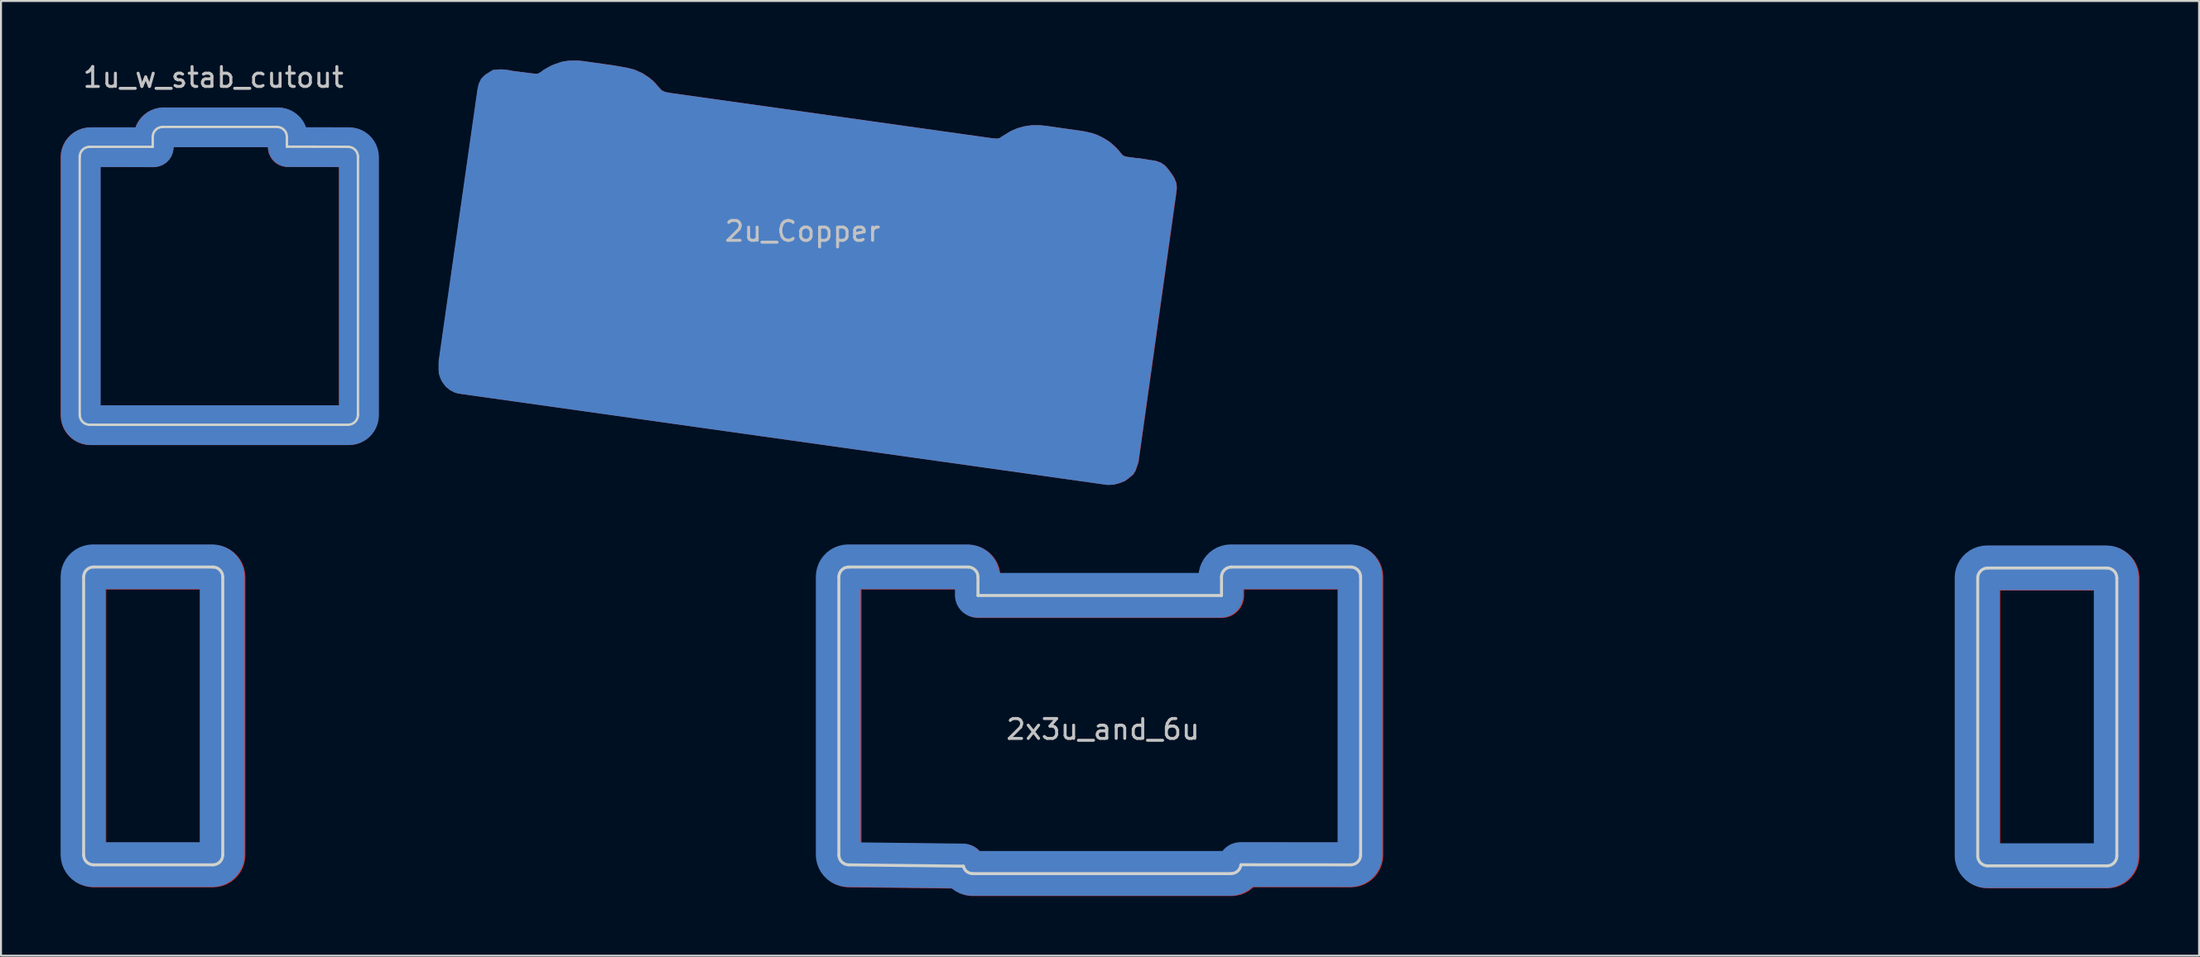
<source format=kicad_pcb>
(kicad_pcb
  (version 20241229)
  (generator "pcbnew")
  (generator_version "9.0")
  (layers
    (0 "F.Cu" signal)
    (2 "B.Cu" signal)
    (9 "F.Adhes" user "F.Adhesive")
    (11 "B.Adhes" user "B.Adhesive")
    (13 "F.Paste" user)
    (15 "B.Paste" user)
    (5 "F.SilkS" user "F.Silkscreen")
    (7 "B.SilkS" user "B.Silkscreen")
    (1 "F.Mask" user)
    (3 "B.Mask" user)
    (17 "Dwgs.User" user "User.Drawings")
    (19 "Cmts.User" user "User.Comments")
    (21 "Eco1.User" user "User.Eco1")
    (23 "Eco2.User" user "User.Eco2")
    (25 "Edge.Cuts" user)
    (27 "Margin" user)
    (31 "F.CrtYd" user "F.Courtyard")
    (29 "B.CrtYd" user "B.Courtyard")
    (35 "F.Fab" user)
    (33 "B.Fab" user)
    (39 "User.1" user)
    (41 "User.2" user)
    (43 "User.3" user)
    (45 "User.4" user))
  (footprint "2u_Copper"
    (layer "F.Cu")
    (at 36.49 11.396)
    (property "Reference" "2u_Copper" (at 0.841 -2.797 0) (layer "Dwgs.User") (effects (font (size 1 1) (thickness 0.15))))
    (attr through_hole)
    (pad "1" smd custom (at 0.183 -1.148) (size 1.524 1.524) (layers "B.Cu" "B.Mask") (options (anchor circle)) (primitives (gr_poly (pts (xy -10.686 -10.198) (xy -10.617 -10.196) (xy -10.521 -10.185) (xy -10.34 -10.165) (xy -10.244 -10.15) (xy -9.101 -9.99) (xy -8.989 -9.975) (xy -8.717 -9.931) (xy -8.222 -9.842) (xy -7.854 -9.754) (xy -7.701 -9.69) (xy -7.6 -9.644) (xy -7.473 -9.588) (xy -7.384 -9.538) (xy -7.155 -9.385) (xy -7.066 -9.322) (xy -6.927 -9.207) (xy -6.84 -9.124) (xy -6.723 -8.992) (xy -6.546 -8.788) (xy -6.457 -8.7) (xy -6.368 -8.661) (xy -6.253 -8.611) (xy -6.088 -8.585) (xy -5.974 -8.562) (xy 10.168 -6.289) (xy 10.422 -6.269) (xy 10.541 -6.281) (xy 10.599 -6.307) (xy 10.754 -6.411) (xy 10.968 -6.54) (xy 11.069 -6.604) (xy 11.184 -6.668) (xy 11.45 -6.782) (xy 11.554 -6.815) (xy 11.77 -6.876) (xy 11.996 -6.916) (xy 12.205 -6.942) (xy 12.593 -6.939) (xy 12.87 -6.914) (xy 13.089 -6.883) (xy 14.778 -6.64) (xy 15.019 -6.589) (xy 15.225 -6.538) (xy 15.385 -6.487) (xy 15.631 -6.375) (xy 15.786 -6.292) (xy 15.905 -6.22) (xy 16.076 -6.109) (xy 16.223 -5.984) (xy 16.393 -5.827) (xy 16.525 -5.682) (xy 16.629 -5.552) (xy 16.708 -5.461) (xy 16.784 -5.405) (xy 16.855 -5.377) (xy 16.975 -5.349) (xy 17.142 -5.329) (xy 17.369 -5.296) (xy 17.635 -5.271) (xy 18.174 -5.182) (xy 18.4 -5.149) (xy 18.486 -5.123) (xy 18.656 -5.057) (xy 18.824 -4.945) (xy 18.918 -4.854) (xy 19.06 -4.679) (xy 19.235 -4.435) (xy 19.319 -4.293) (xy 19.408 -4.059) (xy 19.431 -3.835) (xy 19.388 -3.482) (xy 17.503 9.957) (xy 17.363 10.378) (xy 17.247 10.569) (xy 17.033 10.747) (xy 16.84 10.889) (xy 16.556 10.998) (xy 16.302 11.062) (xy 16.099 11.074) (xy 15.972 11.074) (xy -16.655 6.477) (xy -16.828 6.426) (xy -17.048 6.317) (xy -17.262 6.144) (xy -17.442 5.903) (xy -17.521 5.738) (xy -17.595 5.512) (xy -17.61 5.255) (xy -17.607 5.014) (xy -17.6 4.862) (xy -15.654 -8.783) (xy -15.591 -9.063) (xy -15.479 -9.299) (xy -15.298 -9.484) (xy -14.912 -9.726) (xy -14.529 -9.756) (xy -14.188 -9.726) (xy -13.937 -9.677) (xy -12.845 -9.538) (xy -12.728 -9.533) (xy -12.667 -9.543) (xy -12.621 -9.553) (xy -12.578 -9.576) (xy -12.515 -9.614) (xy -12.476 -9.639) (xy -12.426 -9.677) (xy -12.362 -9.728) (xy -12.042 -9.911) (xy -11.958 -9.954) (xy -11.892 -9.982) (xy -11.783 -10.025) (xy -11.567 -10.099) (xy -11.499 -10.122) (xy -11.384 -10.152) (xy -11.25 -10.173) (xy -11.09 -10.193) (xy -10.772 -10.198)) (width 0.1) (fill yes))))
    (pad "1" smd custom (at 0.201 -1.148) (size 1.524 1.524) (layers "F.Cu" "F.Mask") (options (anchor circle)) (primitives (gr_poly (pts (xy -10.686 -10.198) (xy -10.617 -10.196) (xy -10.521 -10.185) (xy -10.34 -10.165) (xy -10.244 -10.15) (xy -9.101 -9.99) (xy -8.989 -9.975) (xy -8.717 -9.931) (xy -8.222 -9.842) (xy -7.854 -9.754) (xy -7.701 -9.69) (xy -7.6 -9.644) (xy -7.473 -9.588) (xy -7.384 -9.538) (xy -7.155 -9.385) (xy -7.066 -9.322) (xy -6.927 -9.207) (xy -6.84 -9.124) (xy -6.723 -8.992) (xy -6.546 -8.788) (xy -6.457 -8.7) (xy -6.368 -8.661) (xy -6.253 -8.611) (xy -6.088 -8.585) (xy -5.974 -8.562) (xy 10.168 -6.289) (xy 10.422 -6.269) (xy 10.541 -6.281) (xy 10.599 -6.307) (xy 10.754 -6.411) (xy 10.968 -6.54) (xy 11.069 -6.604) (xy 11.184 -6.668) (xy 11.45 -6.782) (xy 11.554 -6.815) (xy 11.77 -6.876) (xy 11.996 -6.916) (xy 12.205 -6.942) (xy 12.593 -6.939) (xy 12.87 -6.914) (xy 13.089 -6.883) (xy 14.778 -6.64) (xy 15.019 -6.589) (xy 15.225 -6.538) (xy 15.385 -6.487) (xy 15.631 -6.375) (xy 15.786 -6.292) (xy 15.905 -6.22) (xy 16.076 -6.109) (xy 16.223 -5.984) (xy 16.393 -5.827) (xy 16.525 -5.682) (xy 16.629 -5.552) (xy 16.708 -5.461) (xy 16.784 -5.405) (xy 16.855 -5.377) (xy 16.975 -5.349) (xy 17.142 -5.329) (xy 17.369 -5.296) (xy 17.635 -5.271) (xy 18.174 -5.182) (xy 18.4 -5.149) (xy 18.486 -5.123) (xy 18.656 -5.057) (xy 18.824 -4.945) (xy 18.918 -4.854) (xy 19.06 -4.679) (xy 19.235 -4.435) (xy 19.319 -4.293) (xy 19.408 -4.059) (xy 19.431 -3.835) (xy 19.388 -3.482) (xy 17.503 9.957) (xy 17.363 10.378) (xy 17.247 10.569) (xy 17.033 10.747) (xy 16.84 10.889) (xy 16.556 10.998) (xy 16.302 11.062) (xy 16.099 11.074) (xy 15.972 11.074) (xy -16.655 6.477) (xy -16.828 6.426) (xy -17.048 6.317) (xy -17.262 6.144) (xy -17.442 5.903) (xy -17.521 5.738) (xy -17.595 5.512) (xy -17.61 5.255) (xy -17.607 5.014) (xy -17.6 4.862) (xy -15.654 -8.783) (xy -15.591 -9.063) (xy -15.479 -9.299) (xy -15.298 -9.484) (xy -14.912 -9.726) (xy -14.529 -9.756) (xy -14.188 -9.726) (xy -13.937 -9.677) (xy -12.845 -9.538) (xy -12.728 -9.533) (xy -12.667 -9.543) (xy -12.621 -9.553) (xy -12.578 -9.576) (xy -12.515 -9.614) (xy -12.476 -9.639) (xy -12.426 -9.677) (xy -12.362 -9.728) (xy -12.042 -9.911) (xy -11.958 -9.954) (xy -11.892 -9.982) (xy -11.783 -10.025) (xy -11.567 -10.099) (xy -11.499 -10.122) (xy -11.384 -10.152) (xy -11.25 -10.173) (xy -11.09 -10.193) (xy -10.772 -10.198)) (width 0.1) (fill yes)))))
  (footprint "1u_w_stab_cutout"
    (layer "F.Cu")
    (at 8.635 13.995)
    (property "Reference" "1u_w_stab_cutout" (at -0.95 -13.147 0) (layer "Dwgs.User") (effects (font (size 1 1) (thickness 0.15))))
    (attr through_hole)
    (fp_line (start -7.674 -9.151) (end -7.674 3.849) (stroke (width 0.12) (type solid)) (layer "Edge.Cuts"))
    (fp_line (start -7.174 4.349) (end 5.826 4.349) (stroke (width 0.12) (type solid)) (layer "Edge.Cuts"))
    (fp_line (start -4 -9.649) (end -7.174 -9.651) (stroke (width 0.12) (type solid)) (layer "Edge.Cuts"))
    (fp_line (start -4 -9.649) (end -4 -10.152) (stroke (width 0.12) (type solid)) (layer "Edge.Cuts"))
    (fp_line (start -3.5 -10.652) (end 2.25 -10.652) (stroke (width 0.12) (type solid)) (layer "Edge.Cuts"))
    (fp_line (start 2.75 -10.152) (end 2.751 -9.657) (stroke (width 0.12) (type solid)) (layer "Edge.Cuts"))
    (fp_line (start 5.826 -9.651) (end 2.751 -9.657) (stroke (width 0.12) (type solid)) (layer "Edge.Cuts"))
    (fp_line (start 6.326 3.849) (end 6.326 -9.151) (stroke (width 0.12) (type solid)) (layer "Edge.Cuts"))
    (fp_arc (start -7.67412 -9.15132) (mid -7.527673 -9.504873) (end -7.17412 -9.65132) (stroke (width 0.12) (type solid)) (layer "Edge.Cuts"))
    (fp_arc (start -7.17412 4.348679) (mid -7.527673 4.202232) (end -7.67412 3.848679) (stroke (width 0.12) (type solid)) (layer "Edge.Cuts"))
    (fp_arc (start -4.00012 -10.15232) (mid -3.853673 -10.505873) (end -3.50012 -10.65232) (stroke (width 0.12) (type solid)) (layer "Edge.Cuts"))
    (fp_arc (start 2.24988 -10.65232) (mid 2.603433 -10.505873) (end 2.74988 -10.15232) (stroke (width 0.12) (type solid)) (layer "Edge.Cuts"))
    (fp_arc (start 5.82588 -9.65132) (mid 6.179433 -9.504873) (end 6.32588 -9.15132) (stroke (width 0.12) (type solid)) (layer "Edge.Cuts"))
    (fp_arc (start 6.32588 3.848679) (mid 6.179433 4.202232) (end 5.82588 4.348679) (stroke (width 0.12) (type solid)) (layer "Edge.Cuts"))
    (pad "1" smd custom (at -5.987 -9.599) (size 1.524 1.524) (layers "F.Cu" "F.Mask") (options (anchor circle)) (primitives (gr_line (start 2.026 -0.026) (end -1.148 -0.028) (width 2)) (gr_line (start 11.852 -0.028) (end 8.777 -0.033) (width 2)) (gr_line (start 12.352 13.472) (end 12.352 0.472) (width 2)) (gr_line (start -1.148 13.972) (end 11.852 13.972) (width 2)) (gr_arc (start -1.14846 13.97234) (mid -1.502013 13.825893) (end -1.64846 13.47234) (width 2)) (gr_arc (start -1.64846 0.47244) (mid -1.502013 0.118887) (end -1.14846 -0.02756) (width 2)) (gr_arc (start 2.025541 -0.52856) (mid 2.171988 -0.882113) (end 2.525541 -1.02856) (width 2)) (gr_line (start -1.648 0.472) (end -1.648 13.472) (width 2)) (gr_line (start 2.026 -0.026) (end 2.026 -0.529) (width 2)) (gr_arc (start 12.351541 13.47234) (mid 12.205094 13.825893) (end 11.851541 13.97234) (width 2)) (gr_line (start 8.776 -0.529) (end 8.777 -0.033) (width 2)) (gr_line (start 2.526 -1.029) (end 8.276 -1.029) (width 2)) (gr_arc (start 11.851541 -0.02756) (mid 12.205094 0.118887) (end 12.351541 0.47244) (width 2)) (gr_arc (start 8.275541 -1.02856) (mid 8.629094 -0.882113) (end 8.775541 -0.52856) (width 2))))
    (pad "1" smd custom (at -5.974 -9.604) (size 1.524 1.524) (layers "B.Cu" "B.Mask") (options (anchor circle)) (primitives (gr_line (start 2.026 -0.026) (end -1.148 -0.028) (width 2)) (gr_line (start 11.852 -0.028) (end 8.777 -0.033) (width 2)) (gr_line (start 12.352 13.472) (end 12.352 0.472) (width 2)) (gr_line (start -1.148 13.972) (end 11.852 13.972) (width 2)) (gr_arc (start -1.14846 13.97234) (mid -1.502013 13.825893) (end -1.64846 13.47234) (width 2)) (gr_arc (start -1.64846 0.47244) (mid -1.502013 0.118887) (end -1.14846 -0.02756) (width 2)) (gr_arc (start 2.025541 -0.52856) (mid 2.171988 -0.882113) (end 2.525541 -1.02856) (width 2)) (gr_line (start -1.648 0.472) (end -1.648 13.472) (width 2)) (gr_line (start 2.026 -0.026) (end 2.026 -0.529) (width 2)) (gr_arc (start 12.351541 13.47234) (mid 12.205094 13.825893) (end 11.851541 13.97234) (width 2)) (gr_line (start 8.776 -0.529) (end 8.777 -0.033) (width 2)) (gr_line (start 2.526 -1.029) (end 8.276 -1.029) (width 2)) (gr_arc (start 11.851541 -0.02756) (mid 12.205094 0.118887) (end 12.351541 0.47244) (width 2)) (gr_arc (start 8.275541 -1.02856) (mid 8.629094 -0.882113) (end 8.775541 -0.52856) (width 2)))))
  (footprint "2x3u_and_6u"
    (layer "F.Cu")
    (at 52.446 33.186)
    (property "Reference" "2x3u_and_6u" (at 0 0.5 0) (layer "Dwgs.User") (effects (font (size 1 1) (thickness 0.15))))
    (attr through_hole)
    (fp_line (start -51.288 -7.176) (end -51.288 6.824) (stroke (width 0.15) (type solid)) (layer "Edge.Cuts"))
    (fp_line (start -50.788 7.324) (end -44.788 7.324) (stroke (width 0.15) (type solid)) (layer "Edge.Cuts"))
    (fp_line (start -44.788 -7.676) (end -50.788 -7.676) (stroke (width 0.15) (type solid)) (layer "Edge.Cuts"))
    (fp_line (start -44.288 6.824) (end -44.288 -7.176) (stroke (width 0.15) (type solid)) (layer "Edge.Cuts"))
    (fp_line (start -13.289 -7.176) (end -13.289 6.824) (stroke (width 0.15) (type solid)) (layer "Edge.Cuts"))
    (fp_line (start -12.789 7.324) (end -7.023 7.391) (stroke (width 0.15) (type solid)) (layer "Edge.Cuts"))
    (fp_line (start -6.789 -7.676) (end -12.789 -7.676) (stroke (width 0.15) (type solid)) (layer "Edge.Cuts"))
    (fp_line (start -6.555 7.765) (end 6.445 7.765) (stroke (width 0.15) (type solid)) (layer "Edge.Cuts"))
    (fp_line (start -6.289 -6.243) (end -6.289 -7.176) (stroke (width 0.15) (type solid)) (layer "Edge.Cuts"))
    (fp_line (start 5.964 -7.176) (end 5.964 -6.243) (stroke (width 0.15) (type solid)) (layer "Edge.Cuts"))
    (fp_line (start 5.964 -6.243) (end -6.289 -6.243) (stroke (width 0.15) (type solid)) (layer "Edge.Cuts"))
    (fp_line (start 6.942 7.32) (end 12.464 7.324) (stroke (width 0.15) (type solid)) (layer "Edge.Cuts"))
    (fp_line (start 12.464 -7.676) (end 6.464 -7.676) (stroke (width 0.15) (type solid)) (layer "Edge.Cuts"))
    (fp_line (start 12.964 6.824) (end 12.964 -7.176) (stroke (width 0.15) (type solid)) (layer "Edge.Cuts"))
    (fp_line (start 44.013 -7.125) (end 44.013 6.875) (stroke (width 0.15) (type solid)) (layer "Edge.Cuts"))
    (fp_line (start 44.513 7.375) (end 50.513 7.375) (stroke (width 0.15) (type solid)) (layer "Edge.Cuts"))
    (fp_line (start 50.513 -7.625) (end 44.513 -7.625) (stroke (width 0.15) (type solid)) (layer "Edge.Cuts"))
    (fp_line (start 51.013 6.875) (end 51.013 -7.125) (stroke (width 0.15) (type solid)) (layer "Edge.Cuts"))
    (fp_arc (start -51.28774 -7.176319) (mid -51.141294 -7.529873) (end -50.78774 -7.67632) (stroke (width 0.15) (type solid)) (layer "Edge.Cuts"))
    (fp_arc (start -50.78774 7.323679) (mid -51.141293 7.177233) (end -51.287739 6.82368) (stroke (width 0.15) (type solid)) (layer "Edge.Cuts"))
    (fp_arc (start -44.78804 -7.67632) (mid -44.434487 -7.529873) (end -44.28804 -7.17632) (stroke (width 0.15) (type solid)) (layer "Edge.Cuts"))
    (fp_arc (start -44.28804 6.82368) (mid -44.434487 7.177233) (end -44.78804 7.32368) (stroke (width 0.15) (type solid)) (layer "Edge.Cuts"))
    (fp_arc (start -13.28904 -7.176319) (mid -13.142594 -7.529873) (end -12.78904 -7.67632) (stroke (width 0.15) (type solid)) (layer "Edge.Cuts"))
    (fp_arc (start -12.78904 7.32368) (mid -13.142593 7.177233) (end -13.28904 6.82368) (stroke (width 0.15) (type solid)) (layer "Edge.Cuts"))
    (fp_arc (start -6.78904 -7.67632) (mid -6.435487 -7.529873) (end -6.28904 -7.17632) (stroke (width 0.15) (type solid)) (layer "Edge.Cuts"))
    (fp_arc (start -6.55504 7.764868) (mid -6.854613 7.659962) (end -7.023291 7.391081) (stroke (width 0.15) (type solid)) (layer "Edge.Cuts"))
    (fp_arc (start 5.96396 -7.176319) (mid 6.110406 -7.529873) (end 6.46396 -7.67632) (stroke (width 0.15) (type solid)) (layer "Edge.Cuts"))
    (fp_arc (start 6.941897 7.319939) (mid 6.778404 7.637258) (end 6.44496 7.76468) (stroke (width 0.15) (type solid)) (layer "Edge.Cuts"))
    (fp_arc (start 12.46396 -7.67632) (mid 12.817513 -7.529873) (end 12.96396 -7.17632) (stroke (width 0.15) (type solid)) (layer "Edge.Cuts"))
    (fp_arc (start 12.96396 6.82368) (mid 12.817513 7.177233) (end 12.46396 7.32368) (stroke (width 0.15) (type solid)) (layer "Edge.Cuts"))
    (fp_arc (start 44.01296 -7.125319) (mid 44.159406 -7.478873) (end 44.51296 -7.62532) (stroke (width 0.15) (type solid)) (layer "Edge.Cuts"))
    (fp_arc (start 44.51296 7.374679) (mid 44.159407 7.228233) (end 44.012961 6.87468) (stroke (width 0.15) (type solid)) (layer "Edge.Cuts"))
    (fp_arc (start 50.51296 -7.62532) (mid 50.866513 -7.478873) (end 51.01296 -7.12532) (stroke (width 0.15) (type solid)) (layer "Edge.Cuts"))
    (fp_arc (start 51.01296 6.87468) (mid 50.866513 7.228233) (end 50.51296 7.37468) (stroke (width 0.15) (type solid)) (layer "Edge.Cuts"))
    (pad "1" smd custom (at -51.227 -7.508) (size 1.524 1.524) (layers "B.Cu" "B.Mask") (options (anchor circle)) (primitives (gr_arc (start -0.0939 0.320041) (mid 0.052546 -0.033513) (end 0.4061 -0.17996) (width 2.25)) (gr_arc (start 6.9058 14.32004) (mid 6.759353 14.673593) (end 6.4058 14.82004) (width 2.25)) (gr_line (start 0.406 14.82) (end 6.406 14.82) (width 2.25)) (gr_arc (start 6.4058 -0.17996) (mid 6.759353 -0.033513) (end 6.9058 0.32004) (width 2.25)) (gr_arc (start 0.4061 14.820039) (mid 0.052547 14.673593) (end -0.093899 14.32004) (width 2.25)) (gr_line (start -0.094 0.32) (end -0.094 14.32) (width 2.25)) (gr_line (start 6.906 14.32) (end 6.906 0.32) (width 2.25)) (gr_line (start 6.406 -0.18) (end 0.406 -0.18) (width 2.25))))
    (pad "1" smd custom (at -51.181 -7.488) (size 1.524 1.524) (layers "F.Cu" "F.Mask") (options (anchor circle)) (primitives (gr_arc (start -0.0939 0.320041) (mid 0.052546 -0.033513) (end 0.4061 -0.17996) (width 2.25)) (gr_arc (start 6.9058 14.32004) (mid 6.759353 14.673593) (end 6.4058 14.82004) (width 2.25)) (gr_line (start 0.406 14.82) (end 6.406 14.82) (width 2.25)) (gr_arc (start 6.4058 -0.17996) (mid 6.759353 -0.033513) (end 6.9058 0.32004) (width 2.25)) (gr_arc (start 0.4061 14.820039) (mid 0.052547 14.673593) (end -0.093899 14.32004) (width 2.25)) (gr_line (start -0.094 0.32) (end -0.094 14.32) (width 2.25)) (gr_line (start 6.906 14.32) (end 6.906 0.32) (width 2.25)) (gr_line (start 6.406 -0.18) (end 0.406 -0.18) (width 2.25))))
    (pad "2" smd custom (at -13.137 -7.503) (size 1.524 1.524) (layers "B.Cu" "B.Mask") (options (anchor circle)) (primitives (gr_arc (start -0.18504 0.314961) (mid -0.038594 -0.038593) (end 0.31496 -0.18504) (width 2.25)) (gr_arc (start 6.31496 -0.18504) (mid 6.668513 -0.038593) (end 6.81496 0.31496) (width 2.25)) (gr_arc (start 19.06796 0.314961) (mid 19.214406 -0.038593) (end 19.56796 -0.18504) (width 2.25)) (gr_arc (start 25.56796 -0.18504) (mid 25.921513 -0.038593) (end 26.06796 0.31496) (width 2.25)) (gr_line (start 26.068 14.315) (end 26.068 0.315) (width 2.25)) (gr_line (start 6.815 1.248) (end 6.815 0.315) (width 2.25)) (gr_line (start 6.315 -0.185) (end 0.315 -0.185) (width 2.25)) (gr_line (start 0.315 14.815) (end 6.081 14.882) (width 2.25)) (gr_line (start 25.568 -0.185) (end 19.568 -0.185) (width 2.25)) (gr_line (start -0.185 0.315) (end -0.185 14.315) (width 2.25)) (gr_line (start 19.068 1.248) (end 6.815 1.248) (width 2.25)) (gr_arc (start 0.31496 14.81496) (mid -0.038593 14.668513) (end -0.18504 14.31496) (width 2.25)) (gr_arc (start 26.06796 14.31496) (mid 25.921513 14.668513) (end 25.56796 14.81496) (width 2.25)) (gr_line (start 20.046 14.811) (end 25.568 14.815) (width 2.25)) (gr_line (start 19.068 0.315) (end 19.068 1.248) (width 2.25)) (gr_arc (start 20.045897 14.811219) (mid 19.882404 15.128538) (end 19.54896 15.25596) (width 2.25)) (gr_line (start 6.549 15.256) (end 19.549 15.256) (width 2.25)) (gr_arc (start 6.54896 15.256148) (mid 6.249387 15.151242) (end 6.080709 14.882361) (width 2.25))))
    (pad "2" smd custom (at -13.091 -7.483) (size 1.524 1.524) (layers "F.Cu" "F.Mask") (options (anchor circle)) (primitives (gr_arc (start -0.18504 0.314961) (mid -0.038594 -0.038593) (end 0.31496 -0.18504) (width 2.25)) (gr_arc (start 6.31496 -0.18504) (mid 6.668513 -0.038593) (end 6.81496 0.31496) (width 2.25)) (gr_arc (start 19.06796 0.314961) (mid 19.214406 -0.038593) (end 19.56796 -0.18504) (width 2.25)) (gr_arc (start 25.56796 -0.18504) (mid 25.921513 -0.038593) (end 26.06796 0.31496) (width 2.25)) (gr_line (start 26.068 14.315) (end 26.068 0.315) (width 2.25)) (gr_line (start 6.815 1.248) (end 6.815 0.315) (width 2.25)) (gr_line (start 6.315 -0.185) (end 0.315 -0.185) (width 2.25)) (gr_line (start 0.315 14.815) (end 6.081 14.882) (width 2.25)) (gr_line (start 25.568 -0.185) (end 19.568 -0.185) (width 2.25)) (gr_line (start -0.185 0.315) (end -0.185 14.315) (width 2.25)) (gr_line (start 19.068 1.248) (end 6.815 1.248) (width 2.25)) (gr_arc (start 0.31496 14.81496) (mid -0.038593 14.668513) (end -0.18504 14.31496) (width 2.25)) (gr_arc (start 26.06796 14.31496) (mid 25.921513 14.668513) (end 25.56796 14.81496) (width 2.25)) (gr_line (start 20.046 14.811) (end 25.568 14.815) (width 2.25)) (gr_line (start 19.068 0.315) (end 19.068 1.248) (width 2.25)) (gr_arc (start 20.045897 14.811219) (mid 19.882404 15.128538) (end 19.54896 15.25596) (width 2.25)) (gr_line (start 6.549 15.256) (end 19.549 15.256) (width 2.25)) (gr_arc (start 6.54896 15.256148) (mid 6.249387 15.151242) (end 6.080709 14.882361) (width 2.25))))
    (pad "3" smd custom (at 44.16 -7.376) (size 1.524 1.524) (layers "B.Cu" "B.Mask") (options (anchor circle)) (primitives (gr_line (start 6.82 14.239) (end 6.82 0.239) (width 2.25)) (gr_line (start 6.32 -0.261) (end 0.32 -0.261) (width 2.25)) (gr_arc (start -0.18036 0.238961) (mid -0.033914 -0.114593) (end 0.31964 -0.26104) (width 2.25)) (gr_arc (start 0.31964 14.738959) (mid -0.033913 14.592513) (end -0.180359 14.23896) (width 2.25)) (gr_line (start 0.32 14.739) (end 6.32 14.739) (width 2.25)) (gr_arc (start 6.81964 14.23896) (mid 6.673193 14.592513) (end 6.31964 14.73896) (width 2.25)) (gr_arc (start 6.31964 -0.26104) (mid 6.673193 -0.114593) (end 6.81964 0.23896) (width 2.25)) (gr_line (start -0.18 0.239) (end -0.18 14.239) (width 2.25))))
    (pad "3" smd custom (at 44.206 -7.356) (size 1.524 1.524) (layers "F.Cu" "F.Mask") (options (anchor circle)) (primitives (gr_line (start 6.82 14.239) (end 6.82 0.239) (width 2.25)) (gr_line (start 6.32 -0.261) (end 0.32 -0.261) (width 2.25)) (gr_arc (start -0.18036 0.238961) (mid -0.033914 -0.114593) (end 0.31964 -0.26104) (width 2.25)) (gr_arc (start 0.31964 14.738959) (mid -0.033913 14.592513) (end -0.180359 14.23896) (width 2.25)) (gr_line (start 0.32 14.739) (end 6.32 14.739) (width 2.25)) (gr_arc (start 6.81964 14.23896) (mid 6.673193 14.592513) (end 6.31964 14.73896) (width 2.25)) (gr_arc (start 6.31964 -0.26104) (mid 6.673193 -0.114593) (end 6.81964 0.23896) (width 2.25)) (gr_line (start -0.18 0.239) (end -0.18 14.239) (width 2.25)))))
  (gr_rect
    (start -3 -3)
    (end 107.596 45.084)
    (stroke (width 0.1) (type default))
    (fill no)
    (layer "Edge.Cuts")))
</source>
